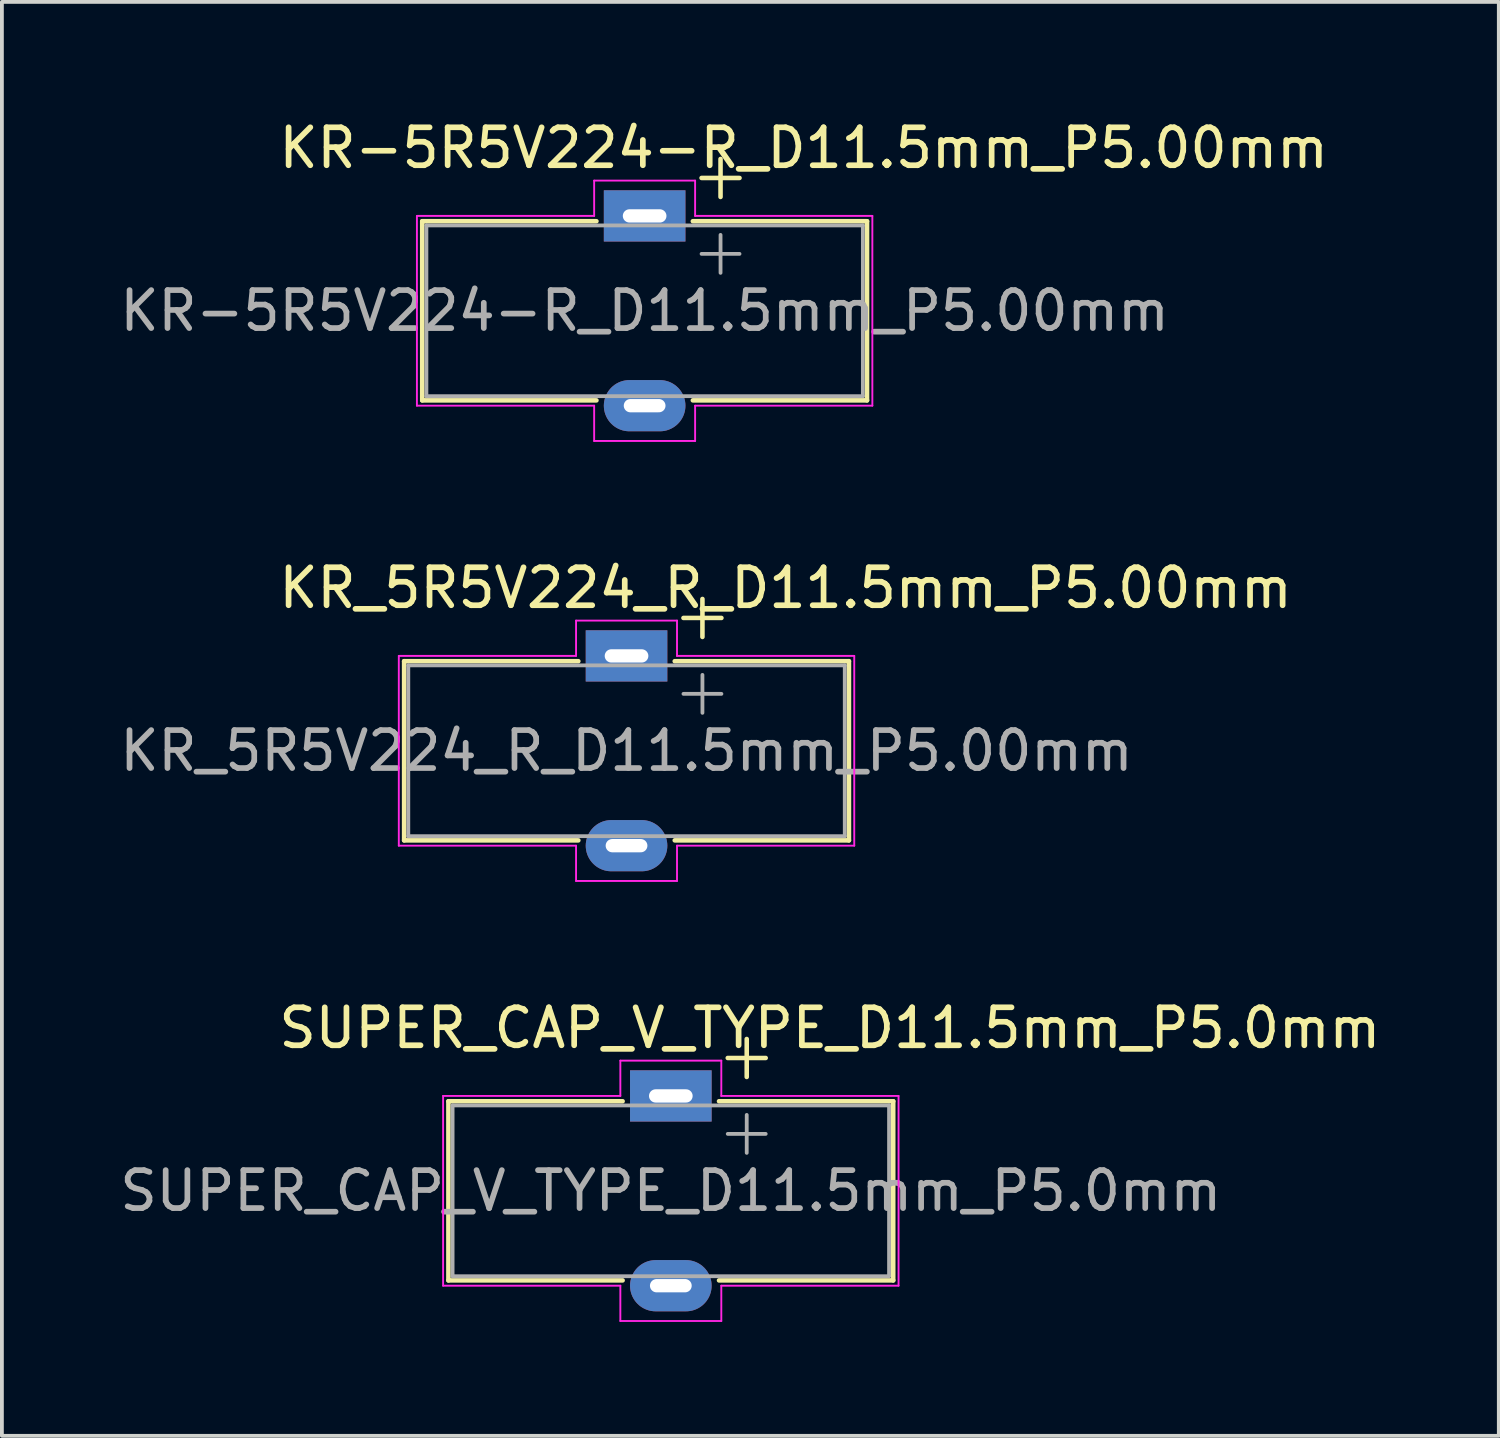
<source format=kicad_pcb>
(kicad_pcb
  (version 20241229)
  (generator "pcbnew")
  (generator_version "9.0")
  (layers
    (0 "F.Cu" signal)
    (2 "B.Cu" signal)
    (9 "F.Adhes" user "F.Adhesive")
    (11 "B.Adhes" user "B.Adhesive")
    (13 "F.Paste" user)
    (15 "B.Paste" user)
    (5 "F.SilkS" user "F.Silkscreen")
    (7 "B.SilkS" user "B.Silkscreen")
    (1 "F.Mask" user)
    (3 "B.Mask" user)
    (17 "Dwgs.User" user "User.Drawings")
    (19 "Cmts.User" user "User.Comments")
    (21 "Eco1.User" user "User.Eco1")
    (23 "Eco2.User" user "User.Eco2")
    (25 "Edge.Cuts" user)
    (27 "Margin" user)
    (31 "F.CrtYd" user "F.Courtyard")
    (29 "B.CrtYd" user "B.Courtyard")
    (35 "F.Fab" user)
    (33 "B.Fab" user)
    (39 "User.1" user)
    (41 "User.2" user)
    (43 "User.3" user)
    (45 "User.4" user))
  (footprint "KR_5R5V224_R_D11.5mm_P5.00mm"
    (layer "F.Cu")
    (at 13.458 14.232)
    (property "Reference" "KR_5R5V224_R_D11.5mm_P5.00mm" (at 4.191 -1.79 0) (layer "F.SilkS") (effects (font (size 1 1) (thickness 0.15))))
    (attr through_hole)
    (fp_line (start -5.86 0.14) (end -5.86 4.86) (stroke (width 0.12) (type solid)) (layer "F.SilkS"))
    (fp_line (start -5.86 0.14) (end -1.27 0.14) (stroke (width 0.12) (type solid)) (layer "F.SilkS"))
    (fp_line (start -1.27 4.86) (end -5.86 4.86) (stroke (width 0.12) (type solid)) (layer "F.SilkS"))
    (fp_line (start 1.27 0.14) (end 5.86 0.14) (stroke (width 0.12) (type solid)) (layer "F.SilkS"))
    (fp_line (start 1.5 -1) (end 2.5 -1) (stroke (width 0.12) (type solid)) (layer "F.SilkS"))
    (fp_line (start 2 -1.5) (end 2 -0.5) (stroke (width 0.12) (type solid)) (layer "F.SilkS"))
    (fp_line (start 5.86 0.14) (end 5.86 4.86) (stroke (width 0.12) (type solid)) (layer "F.SilkS"))
    (fp_line (start 5.86 4.86) (end 1.27 4.86) (stroke (width 0.12) (type solid)) (layer "F.SilkS"))
    (fp_line (start -6 0) (end -6 5) (stroke (width 0.05) (type solid)) (layer "F.CrtYd"))
    (fp_line (start -1.33 -0.93) (end -1.33 0) (stroke (width 0.05) (type solid)) (layer "F.CrtYd"))
    (fp_line (start -1.33 0) (end -6 0) (stroke (width 0.05) (type solid)) (layer "F.CrtYd"))
    (fp_line (start -1.33 5) (end -6 5) (stroke (width 0.05) (type solid)) (layer "F.CrtYd"))
    (fp_line (start -1.33 5) (end -1.33 5.93) (stroke (width 0.05) (type solid)) (layer "F.CrtYd"))
    (fp_line (start -1.33 5.93) (end 1.33 5.93) (stroke (width 0.05) (type solid)) (layer "F.CrtYd"))
    (fp_line (start 1.33 -0.93) (end -1.33 -0.93) (stroke (width 0.05) (type solid)) (layer "F.CrtYd"))
    (fp_line (start 1.33 0) (end 1.33 -0.93) (stroke (width 0.05) (type solid)) (layer "F.CrtYd"))
    (fp_line (start 1.33 0) (end 6 0) (stroke (width 0.05) (type solid)) (layer "F.CrtYd"))
    (fp_line (start 1.33 5) (end 1.33 5.93) (stroke (width 0.05) (type solid)) (layer "F.CrtYd"))
    (fp_line (start 6 0) (end 6 5) (stroke (width 0.05) (type solid)) (layer "F.CrtYd"))
    (fp_line (start 6 5) (end 1.33 5) (stroke (width 0.05) (type solid)) (layer "F.CrtYd"))
    (fp_line (start -5.75 0.25) (end -5.75 4.75) (stroke (width 0.1) (type solid)) (layer "F.Fab"))
    (fp_line (start -5.75 0.25) (end 5.75 0.25) (stroke (width 0.1) (type solid)) (layer "F.Fab"))
    (fp_line (start -5.75 4.75) (end 5.75 4.75) (stroke (width 0.1) (type solid)) (layer "F.Fab"))
    (fp_line (start 1.5 1) (end 2.5 1) (stroke (width 0.1) (type solid)) (layer "F.Fab"))
    (fp_line (start 2 0.5) (end 2 1.5) (stroke (width 0.1) (type solid)) (layer "F.Fab"))
    (fp_line (start 5.75 0.25) (end 5.75 4.75) (stroke (width 0.1) (type solid)) (layer "F.Fab"))
    (fp_text user "${REFERENCE}" (at 0 2.5 0) (layer "F.Fab") (effects (font (size 1 1) (thickness 0.15))))
    (pad "1" thru_hole rect (at 0 0) (size 2.15 1.35) (drill oval 1.15 0.35) (layers "*.Cu" "*.Mask"))
    (pad "2" thru_hole oval (at 0 5) (size 2.15 1.35) (drill oval 1.1 0.35) (layers "*.Cu" "*.Mask")))
  (footprint "KR-5R5V224-R_D11.5mm_P5.00mm"
    (layer "F.Cu")
    (at 13.935 2.639)
    (property "Reference" "KR-5R5V224-R_D11.5mm_P5.00mm" (at 4.191 -1.79 0) (layer "F.SilkS") (effects (font (size 1 1) (thickness 0.15))))
    (attr through_hole)
    (fp_line (start -5.86 0.14) (end -5.86 4.86) (stroke (width 0.12) (type solid)) (layer "F.SilkS"))
    (fp_line (start -5.86 0.14) (end -1.27 0.14) (stroke (width 0.12) (type solid)) (layer "F.SilkS"))
    (fp_line (start -1.27 4.86) (end -5.86 4.86) (stroke (width 0.12) (type solid)) (layer "F.SilkS"))
    (fp_line (start 1.27 0.14) (end 5.86 0.14) (stroke (width 0.12) (type solid)) (layer "F.SilkS"))
    (fp_line (start 1.5 -1) (end 2.5 -1) (stroke (width 0.12) (type solid)) (layer "F.SilkS"))
    (fp_line (start 2 -1.5) (end 2 -0.5) (stroke (width 0.12) (type solid)) (layer "F.SilkS"))
    (fp_line (start 5.86 0.14) (end 5.86 4.86) (stroke (width 0.12) (type solid)) (layer "F.SilkS"))
    (fp_line (start 5.86 4.86) (end 1.27 4.86) (stroke (width 0.12) (type solid)) (layer "F.SilkS"))
    (fp_line (start -6 0) (end -6 5) (stroke (width 0.05) (type solid)) (layer "F.CrtYd"))
    (fp_line (start -1.33 -0.93) (end -1.33 0) (stroke (width 0.05) (type solid)) (layer "F.CrtYd"))
    (fp_line (start -1.33 0) (end -6 0) (stroke (width 0.05) (type solid)) (layer "F.CrtYd"))
    (fp_line (start -1.33 5) (end -6 5) (stroke (width 0.05) (type solid)) (layer "F.CrtYd"))
    (fp_line (start -1.33 5) (end -1.33 5.93) (stroke (width 0.05) (type solid)) (layer "F.CrtYd"))
    (fp_line (start -1.33 5.93) (end 1.33 5.93) (stroke (width 0.05) (type solid)) (layer "F.CrtYd"))
    (fp_line (start 1.33 -0.93) (end -1.33 -0.93) (stroke (width 0.05) (type solid)) (layer "F.CrtYd"))
    (fp_line (start 1.33 0) (end 1.33 -0.93) (stroke (width 0.05) (type solid)) (layer "F.CrtYd"))
    (fp_line (start 1.33 0) (end 6 0) (stroke (width 0.05) (type solid)) (layer "F.CrtYd"))
    (fp_line (start 1.33 5) (end 1.33 5.93) (stroke (width 0.05) (type solid)) (layer "F.CrtYd"))
    (fp_line (start 6 0) (end 6 5) (stroke (width 0.05) (type solid)) (layer "F.CrtYd"))
    (fp_line (start 6 5) (end 1.33 5) (stroke (width 0.05) (type solid)) (layer "F.CrtYd"))
    (fp_line (start -5.75 0.25) (end -5.75 4.75) (stroke (width 0.1) (type solid)) (layer "F.Fab"))
    (fp_line (start -5.75 0.25) (end 5.75 0.25) (stroke (width 0.1) (type solid)) (layer "F.Fab"))
    (fp_line (start -5.75 4.75) (end 5.75 4.75) (stroke (width 0.1) (type solid)) (layer "F.Fab"))
    (fp_line (start 1.5 1) (end 2.5 1) (stroke (width 0.1) (type solid)) (layer "F.Fab"))
    (fp_line (start 2 0.5) (end 2 1.5) (stroke (width 0.1) (type solid)) (layer "F.Fab"))
    (fp_line (start 5.75 0.25) (end 5.75 4.75) (stroke (width 0.1) (type solid)) (layer "F.Fab"))
    (fp_text user "${REFERENCE}" (at 0 2.5 0) (layer "F.Fab") (effects (font (size 1 1) (thickness 0.15))))
    (pad "1" thru_hole rect (at 0 0) (size 2.15 1.35) (drill oval 1.15 0.35) (layers "*.Cu" "*.Mask"))
    (pad "2" thru_hole oval (at 0 5) (size 2.15 1.35) (drill oval 1.1 0.35) (layers "*.Cu" "*.Mask")))
  (footprint "SUPER_CAP_V_TYPE_D11.5mm_P5.0mm"
    (layer "F.Cu")
    (at 14.625 25.826)
    (property "Reference" "SUPER_CAP_V_TYPE_D11.5mm_P5.0mm" (at 4.191 -1.79 0) (layer "F.SilkS") (effects (font (size 1 1) (thickness 0.15))))
    (attr through_hole)
    (fp_line (start -5.86 0.14) (end -5.86 4.86) (stroke (width 0.12) (type solid)) (layer "F.SilkS"))
    (fp_line (start -5.86 0.14) (end -1.27 0.14) (stroke (width 0.12) (type solid)) (layer "F.SilkS"))
    (fp_line (start -1.27 4.86) (end -5.86 4.86) (stroke (width 0.12) (type solid)) (layer "F.SilkS"))
    (fp_line (start 1.27 0.14) (end 5.86 0.14) (stroke (width 0.12) (type solid)) (layer "F.SilkS"))
    (fp_line (start 1.5 -1) (end 2.5 -1) (stroke (width 0.12) (type solid)) (layer "F.SilkS"))
    (fp_line (start 2 -1.5) (end 2 -0.5) (stroke (width 0.12) (type solid)) (layer "F.SilkS"))
    (fp_line (start 5.86 0.14) (end 5.86 4.86) (stroke (width 0.12) (type solid)) (layer "F.SilkS"))
    (fp_line (start 5.86 4.86) (end 1.27 4.86) (stroke (width 0.12) (type solid)) (layer "F.SilkS"))
    (fp_line (start -6 0) (end -6 5) (stroke (width 0.05) (type solid)) (layer "F.CrtYd"))
    (fp_line (start -1.33 -0.93) (end -1.33 0) (stroke (width 0.05) (type solid)) (layer "F.CrtYd"))
    (fp_line (start -1.33 0) (end -6 0) (stroke (width 0.05) (type solid)) (layer "F.CrtYd"))
    (fp_line (start -1.33 5) (end -6 5) (stroke (width 0.05) (type solid)) (layer "F.CrtYd"))
    (fp_line (start -1.33 5) (end -1.33 5.93) (stroke (width 0.05) (type solid)) (layer "F.CrtYd"))
    (fp_line (start -1.33 5.93) (end 1.33 5.93) (stroke (width 0.05) (type solid)) (layer "F.CrtYd"))
    (fp_line (start 1.33 -0.93) (end -1.33 -0.93) (stroke (width 0.05) (type solid)) (layer "F.CrtYd"))
    (fp_line (start 1.33 0) (end 1.33 -0.93) (stroke (width 0.05) (type solid)) (layer "F.CrtYd"))
    (fp_line (start 1.33 0) (end 6 0) (stroke (width 0.05) (type solid)) (layer "F.CrtYd"))
    (fp_line (start 1.33 5) (end 1.33 5.93) (stroke (width 0.05) (type solid)) (layer "F.CrtYd"))
    (fp_line (start 6 0) (end 6 5) (stroke (width 0.05) (type solid)) (layer "F.CrtYd"))
    (fp_line (start 6 5) (end 1.33 5) (stroke (width 0.05) (type solid)) (layer "F.CrtYd"))
    (fp_line (start -5.75 0.25) (end -5.75 4.75) (stroke (width 0.1) (type solid)) (layer "F.Fab"))
    (fp_line (start -5.75 0.25) (end 5.75 0.25) (stroke (width 0.1) (type solid)) (layer "F.Fab"))
    (fp_line (start -5.75 4.75) (end 5.75 4.75) (stroke (width 0.1) (type solid)) (layer "F.Fab"))
    (fp_line (start 1.5 1) (end 2.5 1) (stroke (width 0.1) (type solid)) (layer "F.Fab"))
    (fp_line (start 2 0.5) (end 2 1.5) (stroke (width 0.1) (type solid)) (layer "F.Fab"))
    (fp_line (start 5.75 0.25) (end 5.75 4.75) (stroke (width 0.1) (type solid)) (layer "F.Fab"))
    (fp_text user "${REFERENCE}" (at 0 2.5 0) (layer "F.Fab") (effects (font (size 1 1) (thickness 0.15))))
    (pad "1" thru_hole rect (at 0 0) (size 2.15 1.35) (drill oval 1.15 0.35) (layers "*.Cu" "*.Mask"))
    (pad "2" thru_hole oval (at 0 5) (size 2.15 1.35) (drill oval 1.1 0.35) (layers "*.Cu" "*.Mask")))
  (gr_rect
    (start -3 -3)
    (end 36.441 34.781)
    (stroke (width 0.1) (type default))
    (fill no)
    (layer "Edge.Cuts")))
</source>
